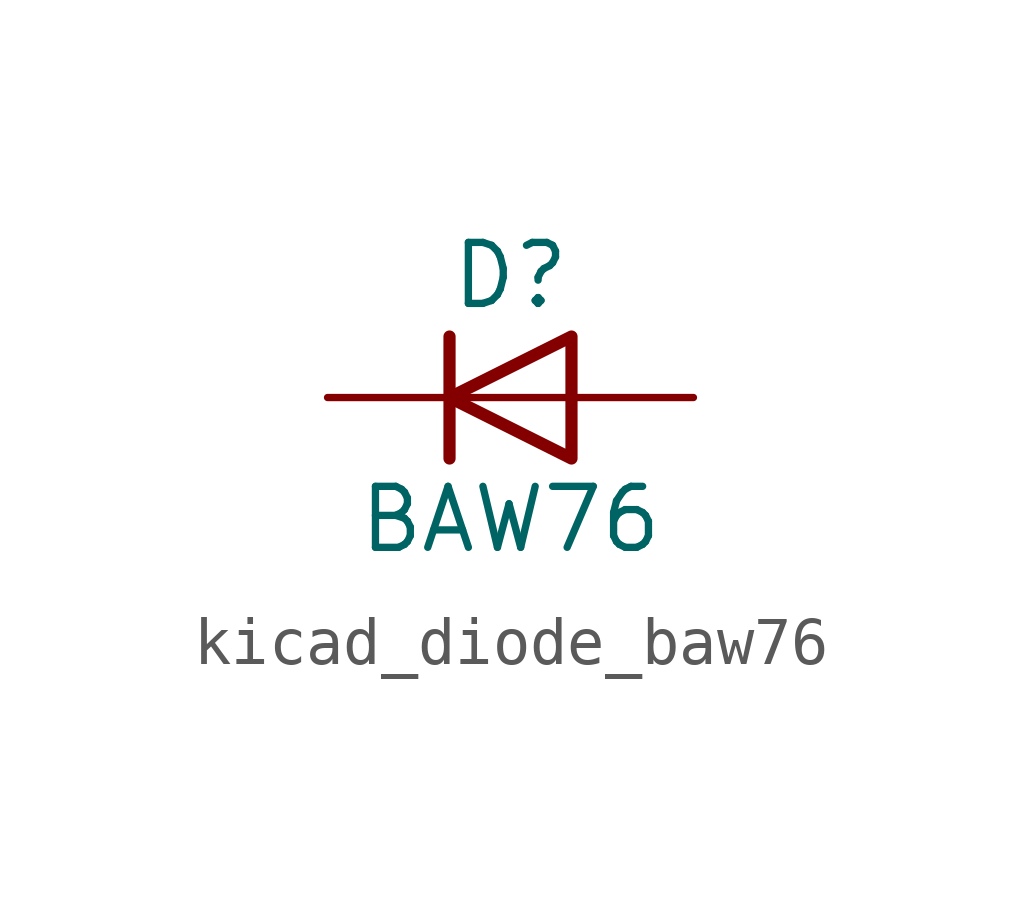
<source format=kicad_sym>
(kicad_symbol_lib
  (version 20220914)
  (generator kicad_symbol_editor)
  (symbol "kicad_diode_baw76"
    (pin_numbers hide)
    (pin_names hide)
    (property "Reference" "D"
      (at 0 2.54 0)
      (effects (font (size 1.27 1.27))))
    (property "Value" "BAW76"
      (at 0 -2.54 0)
      (effects (font (size 1.27 1.27))))
    (symbol "kicad_diode_baw76_0_1"
      (polyline (pts (xy -1.27 1.27) (xy -1.27 -1.27)) (stroke (width 0.254) (type default)) (fill (type none)))
      (polyline (pts (xy 1.27 0) (xy -1.27 0)) (stroke (width 0) (type default)) (fill (type none)))
      (polyline (pts (xy 1.27 1.27) (xy 1.27 -1.27) (xy -1.27 0) (xy 1.27 1.27)) (stroke (width 0.254) (type default)) (fill (type none))))
    (symbol "kicad_diode_baw76_1_1"
      (pin passive line (at -3.81 0 0) (length 2.54) (name "K" (effects (font (size 1.27 1.27)))) (number "1" (effects (font (size 1.27 1.27)))))
      (pin passive line (at 3.81 0 180) (length 2.54) (name "A" (effects (font (size 1.27 1.27)))) (number "2" (effects (font (size 1.27 1.27))))))))
</source>
